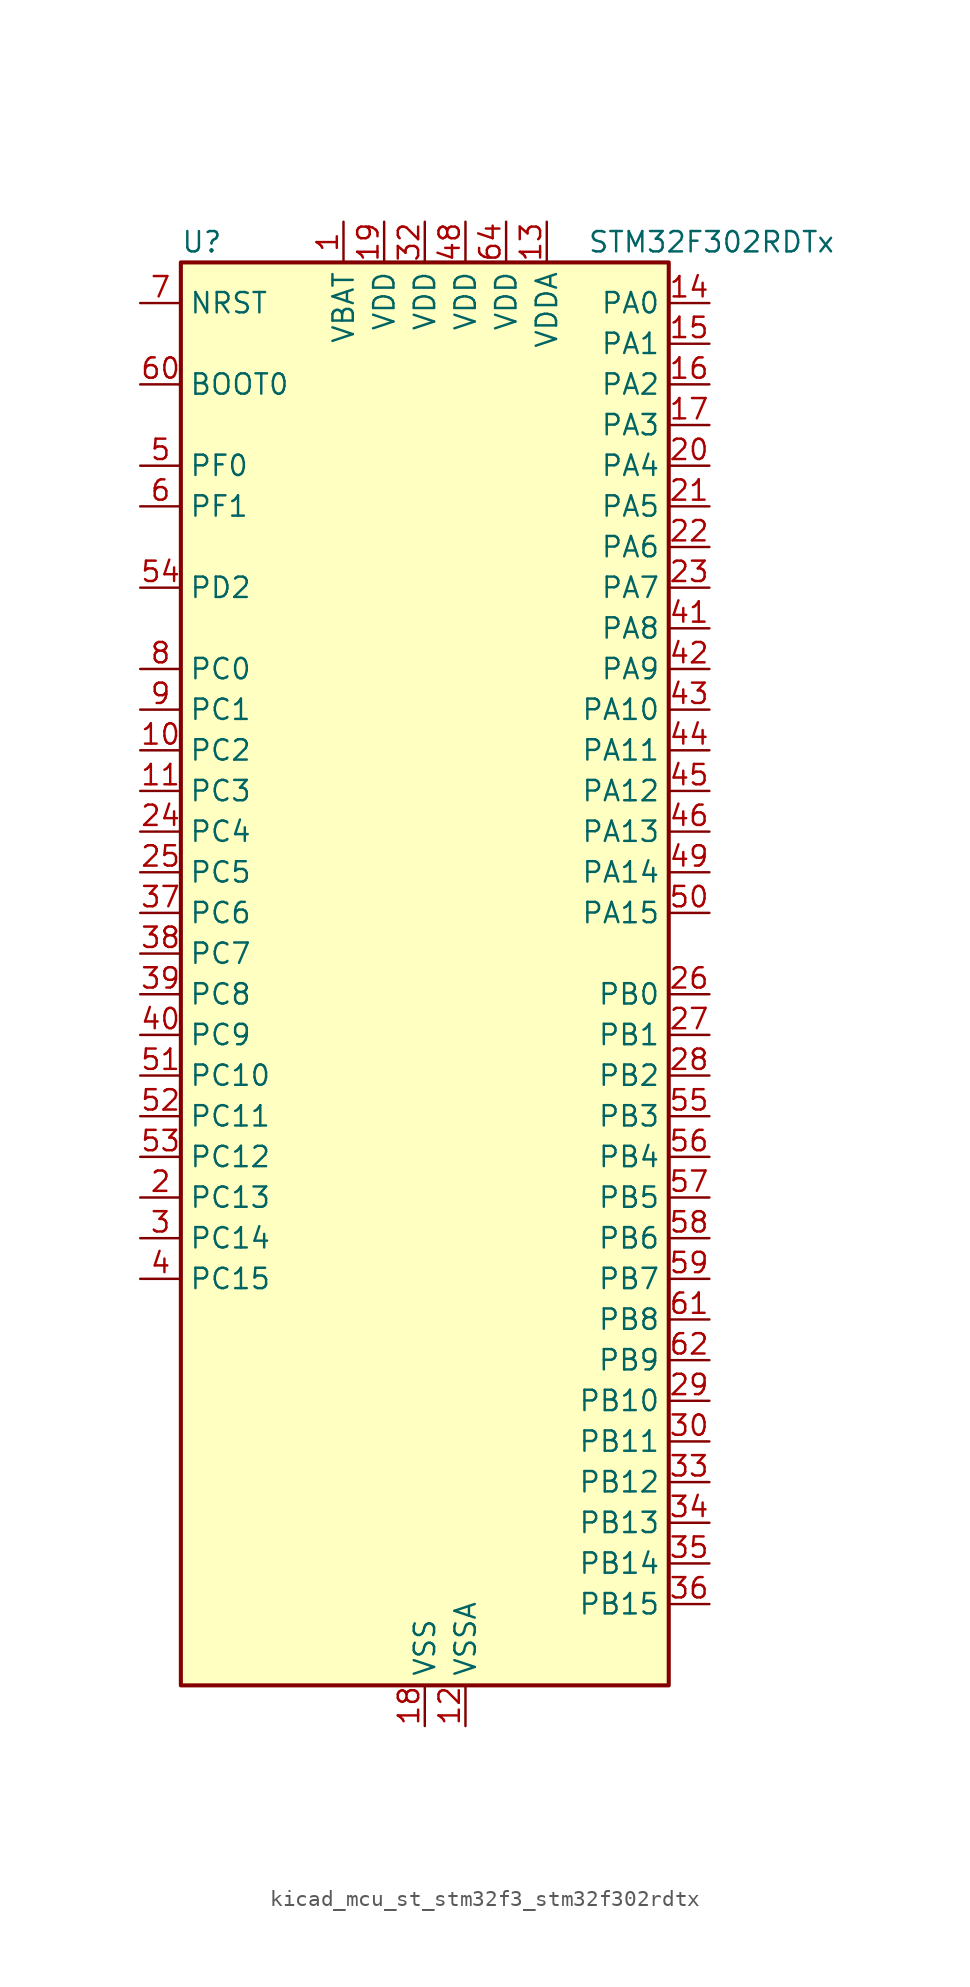
<source format=kicad_sym>
(kicad_symbol_lib
  (version 20220914)
  (generator kicad_symbol_editor)
  (symbol "kicad_mcu_st_stm32f3_stm32f302rdtx"
    (property "Reference" "U"
      (at -15.24 46.99 0)
      (effects (font (size 1.27 1.27)) (justify left)))
    (property "Value" "STM32F302RDTx"
      (at 10.16 46.99 0)
      (effects (font (size 1.27 1.27)) (justify left)))
    (property "ki_locked" ""
      (at 0 0 0)
      (effects (font (size 1.27 1.27))))
    (symbol "kicad_mcu_st_stm32f3_stm32f302rdtx_0_1"
      (rectangle (start -15.24 -43.18) (end 15.24 45.72) (stroke (width 0.254) (type default)) (fill (type background))))
    (symbol "kicad_mcu_st_stm32f3_stm32f302rdtx_1_1"
      (pin power_in line (at -5.08 48.26 270) (length 2.54) (name "VBAT" (effects (font (size 1.27 1.27)))) (number "1" (effects (font (size 1.27 1.27)))))
      (pin bidirectional line (at -17.78 15.24 0) (length 2.54) (name "PC2" (effects (font (size 1.27 1.27)))) (number "10" (effects (font (size 1.27 1.27)))) (alternate "ADC1_IN8" bidirectional line) (alternate "ADC2_IN8" bidirectional line) (alternate "TIM1_CH3" bidirectional line))
      (pin bidirectional line (at -17.78 12.7 0) (length 2.54) (name "PC3" (effects (font (size 1.27 1.27)))) (number "11" (effects (font (size 1.27 1.27)))) (alternate "ADC1_IN9" bidirectional line) (alternate "ADC2_IN9" bidirectional line) (alternate "TIM1_BKIN2" bidirectional line) (alternate "TIM1_CH4" bidirectional line))
      (pin power_in line (at 2.54 -45.72 90) (length 2.54) (name "VSSA" (effects (font (size 1.27 1.27)))) (number "12" (effects (font (size 1.27 1.27)))))
      (pin power_in line (at 7.62 48.26 270) (length 2.54) (name "VDDA" (effects (font (size 1.27 1.27)))) (number "13" (effects (font (size 1.27 1.27)))))
      (pin bidirectional line (at 17.78 43.18 180) (length 2.54) (name "PA0" (effects (font (size 1.27 1.27)))) (number "14" (effects (font (size 1.27 1.27)))) (alternate "ADC1_IN1" bidirectional line) (alternate "COMP1_INM" bidirectional line) (alternate "COMP1_OUT" bidirectional line) (alternate "RTC_TAMP2" bidirectional line) (alternate "SYS_WKUP1" bidirectional line) (alternate "TIM2_CH1" bidirectional line) (alternate "TIM2_ETR" bidirectional line) (alternate "TSC_G1_IO1" bidirectional line) (alternate "USART2_CTS" bidirectional line))
      (pin bidirectional line (at 17.78 40.64 180) (length 2.54) (name "PA1" (effects (font (size 1.27 1.27)))) (number "15" (effects (font (size 1.27 1.27)))) (alternate "ADC1_IN2" bidirectional line) (alternate "COMP1_INP" bidirectional line) (alternate "OPAMP1_VINP" bidirectional line) (alternate "OPAMP1_VINP_SEC" bidirectional line) (alternate "RTC_REFIN" bidirectional line) (alternate "TIM15_CH1N" bidirectional line) (alternate "TIM2_CH2" bidirectional line) (alternate "TSC_G1_IO2" bidirectional line) (alternate "USART2_DE" bidirectional line) (alternate "USART2_RTS" bidirectional line))
      (pin bidirectional line (at 17.78 38.1 180) (length 2.54) (name "PA2" (effects (font (size 1.27 1.27)))) (number "16" (effects (font (size 1.27 1.27)))) (alternate "ADC1_IN3" bidirectional line) (alternate "COMP2_INM" bidirectional line) (alternate "COMP2_OUT" bidirectional line) (alternate "OPAMP1_VOUT" bidirectional line) (alternate "TIM15_CH1" bidirectional line) (alternate "TIM2_CH3" bidirectional line) (alternate "TSC_G1_IO3" bidirectional line) (alternate "USART2_TX" bidirectional line))
      (pin bidirectional line (at 17.78 35.56 180) (length 2.54) (name "PA3" (effects (font (size 1.27 1.27)))) (number "17" (effects (font (size 1.27 1.27)))) (alternate "ADC1_IN4" bidirectional line) (alternate "OPAMP1_VINM" bidirectional line) (alternate "OPAMP1_VINM_SEC" bidirectional line) (alternate "OPAMP1_VINP" bidirectional line) (alternate "OPAMP1_VINP_SEC" bidirectional line) (alternate "TIM15_CH2" bidirectional line) (alternate "TIM2_CH4" bidirectional line) (alternate "TSC_G1_IO4" bidirectional line) (alternate "USART2_RX" bidirectional line))
      (pin power_in line (at 0 -45.72 90) (length 2.54) (name "VSS" (effects (font (size 1.27 1.27)))) (number "18" (effects (font (size 1.27 1.27)))))
      (pin power_in line (at -2.54 48.26 270) (length 2.54) (name "VDD" (effects (font (size 1.27 1.27)))) (number "19" (effects (font (size 1.27 1.27)))))
      (pin bidirectional line (at -17.78 -12.7 0) (length 2.54) (name "PC13" (effects (font (size 1.27 1.27)))) (number "2" (effects (font (size 1.27 1.27)))) (alternate "RTC_OUT_ALARM" bidirectional line) (alternate "RTC_OUT_CALIB" bidirectional line) (alternate "RTC_TAMP1" bidirectional line) (alternate "RTC_TS" bidirectional line) (alternate "SYS_WKUP2" bidirectional line) (alternate "TIM1_CH1N" bidirectional line))
      (pin bidirectional line (at 17.78 33.02 180) (length 2.54) (name "PA4" (effects (font (size 1.27 1.27)))) (number "20" (effects (font (size 1.27 1.27)))) (alternate "ADC2_IN1" bidirectional line) (alternate "COMP1_INM" bidirectional line) (alternate "COMP2_INM" bidirectional line) (alternate "COMP4_INM" bidirectional line) (alternate "COMP6_INM" bidirectional line) (alternate "DAC1_OUT1" bidirectional line) (alternate "I2S3_WS" bidirectional line) (alternate "SPI1_NSS" bidirectional line) (alternate "SPI3_NSS" bidirectional line) (alternate "TIM3_CH2" bidirectional line) (alternate "TSC_G2_IO1" bidirectional line) (alternate "USART2_CK" bidirectional line))
      (pin bidirectional line (at 17.78 30.48 180) (length 2.54) (name "PA5" (effects (font (size 1.27 1.27)))) (number "21" (effects (font (size 1.27 1.27)))) (alternate "ADC2_IN2" bidirectional line) (alternate "COMP1_INM" bidirectional line) (alternate "COMP2_INM" bidirectional line) (alternate "COMP4_INM" bidirectional line) (alternate "COMP6_INM" bidirectional line) (alternate "OPAMP1_VINP" bidirectional line) (alternate "OPAMP1_VINP_SEC" bidirectional line) (alternate "OPAMP2_VINM" bidirectional line) (alternate "OPAMP2_VINM_SEC" bidirectional line) (alternate "SPI1_SCK" bidirectional line) (alternate "TIM2_CH1" bidirectional line) (alternate "TIM2_ETR" bidirectional line) (alternate "TSC_G2_IO2" bidirectional line))
      (pin bidirectional line (at 17.78 27.94 180) (length 2.54) (name "PA6" (effects (font (size 1.27 1.27)))) (number "22" (effects (font (size 1.27 1.27)))) (alternate "ADC2_IN3" bidirectional line) (alternate "COMP1_OUT" bidirectional line) (alternate "OPAMP2_VOUT" bidirectional line) (alternate "SPI1_MISO" bidirectional line) (alternate "TIM16_CH1" bidirectional line) (alternate "TIM1_BKIN" bidirectional line) (alternate "TIM3_CH1" bidirectional line) (alternate "TSC_G2_IO3" bidirectional line))
      (pin bidirectional line (at 17.78 25.4 180) (length 2.54) (name "PA7" (effects (font (size 1.27 1.27)))) (number "23" (effects (font (size 1.27 1.27)))) (alternate "ADC2_IN4" bidirectional line) (alternate "COMP2_INP" bidirectional line) (alternate "OPAMP1_VINP" bidirectional line) (alternate "OPAMP1_VINP_SEC" bidirectional line) (alternate "OPAMP2_VINP" bidirectional line) (alternate "OPAMP2_VINP_SEC" bidirectional line) (alternate "SPI1_MOSI" bidirectional line) (alternate "TIM17_CH1" bidirectional line) (alternate "TIM1_CH1N" bidirectional line) (alternate "TIM3_CH2" bidirectional line) (alternate "TSC_G2_IO4" bidirectional line))
      (pin bidirectional line (at -17.78 10.16 0) (length 2.54) (name "PC4" (effects (font (size 1.27 1.27)))) (number "24" (effects (font (size 1.27 1.27)))) (alternate "ADC2_IN5" bidirectional line) (alternate "TIM1_ETR" bidirectional line) (alternate "USART1_TX" bidirectional line))
      (pin bidirectional line (at -17.78 7.62 0) (length 2.54) (name "PC5" (effects (font (size 1.27 1.27)))) (number "25" (effects (font (size 1.27 1.27)))) (alternate "ADC2_IN11" bidirectional line) (alternate "OPAMP1_VINM" bidirectional line) (alternate "OPAMP1_VINM_SEC" bidirectional line) (alternate "OPAMP2_VINM" bidirectional line) (alternate "OPAMP2_VINM_SEC" bidirectional line) (alternate "TIM15_BKIN" bidirectional line) (alternate "TSC_G3_IO1" bidirectional line) (alternate "USART1_RX" bidirectional line))
      (pin bidirectional line (at 17.78 0 180) (length 2.54) (name "PB0" (effects (font (size 1.27 1.27)))) (number "26" (effects (font (size 1.27 1.27)))) (alternate "COMP4_INP" bidirectional line) (alternate "OPAMP2_VINP" bidirectional line) (alternate "OPAMP2_VINP_SEC" bidirectional line) (alternate "TIM1_CH2N" bidirectional line) (alternate "TIM3_CH3" bidirectional line) (alternate "TSC_G3_IO2" bidirectional line))
      (pin bidirectional line (at 17.78 -2.54 180) (length 2.54) (name "PB1" (effects (font (size 1.27 1.27)))) (number "27" (effects (font (size 1.27 1.27)))) (alternate "COMP4_OUT" bidirectional line) (alternate "TIM1_CH3N" bidirectional line) (alternate "TIM3_CH4" bidirectional line) (alternate "TSC_G3_IO3" bidirectional line))
      (pin bidirectional line (at 17.78 -5.08 180) (length 2.54) (name "PB2" (effects (font (size 1.27 1.27)))) (number "28" (effects (font (size 1.27 1.27)))) (alternate "ADC2_IN12" bidirectional line) (alternate "COMP4_INM" bidirectional line) (alternate "TSC_G3_IO4" bidirectional line))
      (pin bidirectional line (at 17.78 -25.4 180) (length 2.54) (name "PB10" (effects (font (size 1.27 1.27)))) (number "29" (effects (font (size 1.27 1.27)))) (alternate "TIM2_CH3" bidirectional line) (alternate "TSC_SYNC" bidirectional line) (alternate "USART3_TX" bidirectional line))
      (pin bidirectional line (at -17.78 -15.24 0) (length 2.54) (name "PC14" (effects (font (size 1.27 1.27)))) (number "3" (effects (font (size 1.27 1.27)))) (alternate "RCC_OSC32_IN" bidirectional line))
      (pin bidirectional line (at 17.78 -27.94 180) (length 2.54) (name "PB11" (effects (font (size 1.27 1.27)))) (number "30" (effects (font (size 1.27 1.27)))) (alternate "ADC1_EXTI11" bidirectional line) (alternate "ADC1_IN14" bidirectional line) (alternate "ADC2_EXTI11" bidirectional line) (alternate "ADC2_IN14" bidirectional line) (alternate "COMP6_INP" bidirectional line) (alternate "TIM2_CH4" bidirectional line) (alternate "TSC_G6_IO1" bidirectional line) (alternate "USART3_RX" bidirectional line))
      (pin passive line (at 0 -45.72 90) (length 2.54) hide (name "VSS" (effects (font (size 1.27 1.27)))) (number "31" (effects (font (size 1.27 1.27)))))
      (pin power_in line (at 0 48.26 270) (length 2.54) (name "VDD" (effects (font (size 1.27 1.27)))) (number "32" (effects (font (size 1.27 1.27)))))
      (pin bidirectional line (at 17.78 -30.48 180) (length 2.54) (name "PB12" (effects (font (size 1.27 1.27)))) (number "33" (effects (font (size 1.27 1.27)))) (alternate "I2C2_SMBA" bidirectional line) (alternate "I2S2_WS" bidirectional line) (alternate "SPI2_NSS" bidirectional line) (alternate "TIM1_BKIN" bidirectional line) (alternate "TSC_G6_IO2" bidirectional line) (alternate "USART3_CK" bidirectional line))
      (pin bidirectional line (at 17.78 -33.02 180) (length 2.54) (name "PB13" (effects (font (size 1.27 1.27)))) (number "34" (effects (font (size 1.27 1.27)))) (alternate "I2S2_CK" bidirectional line) (alternate "SPI2_SCK" bidirectional line) (alternate "TIM1_CH1N" bidirectional line) (alternate "TSC_G6_IO3" bidirectional line) (alternate "USART3_CTS" bidirectional line))
      (pin bidirectional line (at 17.78 -35.56 180) (length 2.54) (name "PB14" (effects (font (size 1.27 1.27)))) (number "35" (effects (font (size 1.27 1.27)))) (alternate "I2S2_ext_SD" bidirectional line) (alternate "OPAMP2_VINP" bidirectional line) (alternate "OPAMP2_VINP_SEC" bidirectional line) (alternate "SPI2_MISO" bidirectional line) (alternate "TIM15_CH1" bidirectional line) (alternate "TIM1_CH2N" bidirectional line) (alternate "TSC_G6_IO4" bidirectional line) (alternate "USART3_DE" bidirectional line) (alternate "USART3_RTS" bidirectional line))
      (pin bidirectional line (at 17.78 -38.1 180) (length 2.54) (name "PB15" (effects (font (size 1.27 1.27)))) (number "36" (effects (font (size 1.27 1.27)))) (alternate "ADC1_EXTI15" bidirectional line) (alternate "ADC2_EXTI15" bidirectional line) (alternate "COMP6_INM" bidirectional line) (alternate "I2S2_SD" bidirectional line) (alternate "RTC_REFIN" bidirectional line) (alternate "SPI2_MOSI" bidirectional line) (alternate "TIM15_CH1N" bidirectional line) (alternate "TIM15_CH2" bidirectional line) (alternate "TIM1_CH3N" bidirectional line))
      (pin bidirectional line (at -17.78 5.08 0) (length 2.54) (name "PC6" (effects (font (size 1.27 1.27)))) (number "37" (effects (font (size 1.27 1.27)))) (alternate "COMP6_OUT" bidirectional line) (alternate "I2S2_MCK" bidirectional line) (alternate "TIM3_CH1" bidirectional line))
      (pin bidirectional line (at -17.78 2.54 0) (length 2.54) (name "PC7" (effects (font (size 1.27 1.27)))) (number "38" (effects (font (size 1.27 1.27)))) (alternate "I2S3_MCK" bidirectional line) (alternate "TIM3_CH2" bidirectional line))
      (pin bidirectional line (at -17.78 0 0) (length 2.54) (name "PC8" (effects (font (size 1.27 1.27)))) (number "39" (effects (font (size 1.27 1.27)))) (alternate "TIM3_CH3" bidirectional line))
      (pin bidirectional line (at -17.78 -17.78 0) (length 2.54) (name "PC15" (effects (font (size 1.27 1.27)))) (number "4" (effects (font (size 1.27 1.27)))) (alternate "ADC1_EXTI15" bidirectional line) (alternate "ADC2_EXTI15" bidirectional line) (alternate "RCC_OSC32_OUT" bidirectional line))
      (pin bidirectional line (at -17.78 -2.54 0) (length 2.54) (name "PC9" (effects (font (size 1.27 1.27)))) (number "40" (effects (font (size 1.27 1.27)))) (alternate "DAC1_EXTI9" bidirectional line) (alternate "I2C3_SDA" bidirectional line) (alternate "I2S_CKIN" bidirectional line) (alternate "TIM3_CH4" bidirectional line))
      (pin bidirectional line (at 17.78 22.86 180) (length 2.54) (name "PA8" (effects (font (size 1.27 1.27)))) (number "41" (effects (font (size 1.27 1.27)))) (alternate "I2C2_SMBA" bidirectional line) (alternate "I2C3_SCL" bidirectional line) (alternate "I2S2_MCK" bidirectional line) (alternate "RCC_MCO" bidirectional line) (alternate "TIM1_CH1" bidirectional line) (alternate "TIM4_ETR" bidirectional line) (alternate "USART1_CK" bidirectional line))
      (pin bidirectional line (at 17.78 20.32 180) (length 2.54) (name "PA9" (effects (font (size 1.27 1.27)))) (number "42" (effects (font (size 1.27 1.27)))) (alternate "DAC1_EXTI9" bidirectional line) (alternate "I2C2_SCL" bidirectional line) (alternate "I2C3_SMBA" bidirectional line) (alternate "I2S3_MCK" bidirectional line) (alternate "TIM15_BKIN" bidirectional line) (alternate "TIM1_CH2" bidirectional line) (alternate "TIM2_CH3" bidirectional line) (alternate "TSC_G4_IO1" bidirectional line) (alternate "USART1_TX" bidirectional line))
      (pin bidirectional line (at 17.78 17.78 180) (length 2.54) (name "PA10" (effects (font (size 1.27 1.27)))) (number "43" (effects (font (size 1.27 1.27)))) (alternate "COMP6_OUT" bidirectional line) (alternate "I2C2_SDA" bidirectional line) (alternate "I2S2_ext_SD" bidirectional line) (alternate "SPI2_MISO" bidirectional line) (alternate "TIM17_BKIN" bidirectional line) (alternate "TIM1_CH3" bidirectional line) (alternate "TIM2_CH4" bidirectional line) (alternate "TSC_G4_IO2" bidirectional line) (alternate "USART1_RX" bidirectional line))
      (pin bidirectional line (at 17.78 15.24 180) (length 2.54) (name "PA11" (effects (font (size 1.27 1.27)))) (number "44" (effects (font (size 1.27 1.27)))) (alternate "ADC1_EXTI11" bidirectional line) (alternate "ADC2_EXTI11" bidirectional line) (alternate "CAN_RX" bidirectional line) (alternate "COMP1_OUT" bidirectional line) (alternate "I2S2_SD" bidirectional line) (alternate "SPI2_MOSI" bidirectional line) (alternate "TIM1_BKIN2" bidirectional line) (alternate "TIM1_CH1N" bidirectional line) (alternate "TIM1_CH4" bidirectional line) (alternate "TIM4_CH1" bidirectional line) (alternate "USART1_CTS" bidirectional line) (alternate "USB_DM" bidirectional line))
      (pin bidirectional line (at 17.78 12.7 180) (length 2.54) (name "PA12" (effects (font (size 1.27 1.27)))) (number "45" (effects (font (size 1.27 1.27)))) (alternate "CAN_TX" bidirectional line) (alternate "COMP2_OUT" bidirectional line) (alternate "I2S_CKIN" bidirectional line) (alternate "TIM16_CH1" bidirectional line) (alternate "TIM1_CH2N" bidirectional line) (alternate "TIM1_ETR" bidirectional line) (alternate "TIM4_CH2" bidirectional line) (alternate "USART1_DE" bidirectional line) (alternate "USART1_RTS" bidirectional line) (alternate "USB_DP" bidirectional line))
      (pin bidirectional line (at 17.78 10.16 180) (length 2.54) (name "PA13" (effects (font (size 1.27 1.27)))) (number "46" (effects (font (size 1.27 1.27)))) (alternate "IR_OUT" bidirectional line) (alternate "SYS_JTMS-SWDIO" bidirectional line) (alternate "TIM16_CH1N" bidirectional line) (alternate "TIM4_CH3" bidirectional line) (alternate "TSC_G4_IO3" bidirectional line) (alternate "USART3_CTS" bidirectional line))
      (pin passive line (at 0 -45.72 90) (length 2.54) hide (name "VSS" (effects (font (size 1.27 1.27)))) (number "47" (effects (font (size 1.27 1.27)))))
      (pin power_in line (at 2.54 48.26 270) (length 2.54) (name "VDD" (effects (font (size 1.27 1.27)))) (number "48" (effects (font (size 1.27 1.27)))))
      (pin bidirectional line (at 17.78 7.62 180) (length 2.54) (name "PA14" (effects (font (size 1.27 1.27)))) (number "49" (effects (font (size 1.27 1.27)))) (alternate "I2C1_SDA" bidirectional line) (alternate "SYS_JTCK-SWCLK" bidirectional line) (alternate "TIM1_BKIN" bidirectional line) (alternate "TSC_G4_IO4" bidirectional line) (alternate "USART2_TX" bidirectional line))
      (pin bidirectional line (at -17.78 33.02 0) (length 2.54) (name "PF0" (effects (font (size 1.27 1.27)))) (number "5" (effects (font (size 1.27 1.27)))) (alternate "I2C2_SDA" bidirectional line) (alternate "I2S2_WS" bidirectional line) (alternate "RCC_OSC_IN" bidirectional line) (alternate "SPI2_NSS" bidirectional line) (alternate "TIM1_CH3N" bidirectional line))
      (pin bidirectional line (at 17.78 5.08 180) (length 2.54) (name "PA15" (effects (font (size 1.27 1.27)))) (number "50" (effects (font (size 1.27 1.27)))) (alternate "ADC1_EXTI15" bidirectional line) (alternate "ADC2_EXTI15" bidirectional line) (alternate "I2C1_SCL" bidirectional line) (alternate "I2S3_WS" bidirectional line) (alternate "SPI1_NSS" bidirectional line) (alternate "SPI3_NSS" bidirectional line) (alternate "SYS_JTDI" bidirectional line) (alternate "TIM1_BKIN" bidirectional line) (alternate "TIM2_CH1" bidirectional line) (alternate "TIM2_ETR" bidirectional line) (alternate "TSC_SYNC" bidirectional line) (alternate "USART2_RX" bidirectional line))
      (pin bidirectional line (at -17.78 -5.08 0) (length 2.54) (name "PC10" (effects (font (size 1.27 1.27)))) (number "51" (effects (font (size 1.27 1.27)))) (alternate "I2S3_CK" bidirectional line) (alternate "SPI3_SCK" bidirectional line) (alternate "UART4_TX" bidirectional line) (alternate "USART3_TX" bidirectional line))
      (pin bidirectional line (at -17.78 -7.62 0) (length 2.54) (name "PC11" (effects (font (size 1.27 1.27)))) (number "52" (effects (font (size 1.27 1.27)))) (alternate "ADC1_EXTI11" bidirectional line) (alternate "ADC2_EXTI11" bidirectional line) (alternate "I2S3_ext_SD" bidirectional line) (alternate "SPI3_MISO" bidirectional line) (alternate "UART4_RX" bidirectional line) (alternate "USART3_RX" bidirectional line))
      (pin bidirectional line (at -17.78 -10.16 0) (length 2.54) (name "PC12" (effects (font (size 1.27 1.27)))) (number "53" (effects (font (size 1.27 1.27)))) (alternate "I2S3_SD" bidirectional line) (alternate "SPI3_MOSI" bidirectional line) (alternate "UART5_TX" bidirectional line) (alternate "USART3_CK" bidirectional line))
      (pin bidirectional line (at -17.78 25.4 0) (length 2.54) (name "PD2" (effects (font (size 1.27 1.27)))) (number "54" (effects (font (size 1.27 1.27)))) (alternate "TIM3_ETR" bidirectional line) (alternate "UART5_RX" bidirectional line))
      (pin bidirectional line (at 17.78 -7.62 180) (length 2.54) (name "PB3" (effects (font (size 1.27 1.27)))) (number "55" (effects (font (size 1.27 1.27)))) (alternate "I2S3_CK" bidirectional line) (alternate "SPI1_SCK" bidirectional line) (alternate "SPI3_SCK" bidirectional line) (alternate "SYS_JTDO-TRACESWO" bidirectional line) (alternate "TIM2_CH2" bidirectional line) (alternate "TIM3_ETR" bidirectional line) (alternate "TIM4_ETR" bidirectional line) (alternate "TSC_G5_IO1" bidirectional line) (alternate "USART2_TX" bidirectional line))
      (pin bidirectional line (at 17.78 -10.16 180) (length 2.54) (name "PB4" (effects (font (size 1.27 1.27)))) (number "56" (effects (font (size 1.27 1.27)))) (alternate "I2S3_ext_SD" bidirectional line) (alternate "SPI1_MISO" bidirectional line) (alternate "SPI3_MISO" bidirectional line) (alternate "SYS_NJTRST" bidirectional line) (alternate "TIM16_CH1" bidirectional line) (alternate "TIM17_BKIN" bidirectional line) (alternate "TIM3_CH1" bidirectional line) (alternate "TSC_G5_IO2" bidirectional line) (alternate "USART2_RX" bidirectional line))
      (pin bidirectional line (at 17.78 -12.7 180) (length 2.54) (name "PB5" (effects (font (size 1.27 1.27)))) (number "57" (effects (font (size 1.27 1.27)))) (alternate "I2C1_SMBA" bidirectional line) (alternate "I2C3_SDA" bidirectional line) (alternate "I2S3_SD" bidirectional line) (alternate "SPI1_MOSI" bidirectional line) (alternate "SPI3_MOSI" bidirectional line) (alternate "TIM16_BKIN" bidirectional line) (alternate "TIM17_CH1" bidirectional line) (alternate "TIM3_CH2" bidirectional line) (alternate "USART2_CK" bidirectional line))
      (pin bidirectional line (at 17.78 -15.24 180) (length 2.54) (name "PB6" (effects (font (size 1.27 1.27)))) (number "58" (effects (font (size 1.27 1.27)))) (alternate "I2C1_SCL" bidirectional line) (alternate "TIM16_CH1N" bidirectional line) (alternate "TIM4_CH1" bidirectional line) (alternate "TSC_G5_IO3" bidirectional line) (alternate "USART1_TX" bidirectional line))
      (pin bidirectional line (at 17.78 -17.78 180) (length 2.54) (name "PB7" (effects (font (size 1.27 1.27)))) (number "59" (effects (font (size 1.27 1.27)))) (alternate "I2C1_SDA" bidirectional line) (alternate "TIM17_CH1N" bidirectional line) (alternate "TIM3_CH4" bidirectional line) (alternate "TIM4_CH2" bidirectional line) (alternate "TSC_G5_IO4" bidirectional line) (alternate "USART1_RX" bidirectional line))
      (pin bidirectional line (at -17.78 30.48 0) (length 2.54) (name "PF1" (effects (font (size 1.27 1.27)))) (number "6" (effects (font (size 1.27 1.27)))) (alternate "I2C2_SCL" bidirectional line) (alternate "I2S2_CK" bidirectional line) (alternate "RCC_OSC_OUT" bidirectional line) (alternate "SPI2_SCK" bidirectional line))
      (pin input line (at -17.78 38.1 0) (length 2.54) (name "BOOT0" (effects (font (size 1.27 1.27)))) (number "60" (effects (font (size 1.27 1.27)))))
      (pin bidirectional line (at 17.78 -20.32 180) (length 2.54) (name "PB8" (effects (font (size 1.27 1.27)))) (number "61" (effects (font (size 1.27 1.27)))) (alternate "CAN_RX" bidirectional line) (alternate "COMP1_OUT" bidirectional line) (alternate "I2C1_SCL" bidirectional line) (alternate "TIM16_CH1" bidirectional line) (alternate "TIM1_BKIN" bidirectional line) (alternate "TIM4_CH3" bidirectional line) (alternate "TSC_SYNC" bidirectional line) (alternate "USART3_RX" bidirectional line))
      (pin bidirectional line (at 17.78 -22.86 180) (length 2.54) (name "PB9" (effects (font (size 1.27 1.27)))) (number "62" (effects (font (size 1.27 1.27)))) (alternate "CAN_TX" bidirectional line) (alternate "COMP2_OUT" bidirectional line) (alternate "DAC1_EXTI9" bidirectional line) (alternate "I2C1_SDA" bidirectional line) (alternate "IR_OUT" bidirectional line) (alternate "TIM17_CH1" bidirectional line) (alternate "TIM4_CH4" bidirectional line) (alternate "USART3_TX" bidirectional line))
      (pin passive line (at 0 -45.72 90) (length 2.54) hide (name "VSS" (effects (font (size 1.27 1.27)))) (number "63" (effects (font (size 1.27 1.27)))))
      (pin power_in line (at 5.08 48.26 270) (length 2.54) (name "VDD" (effects (font (size 1.27 1.27)))) (number "64" (effects (font (size 1.27 1.27)))))
      (pin input line (at -17.78 43.18 0) (length 2.54) (name "NRST" (effects (font (size 1.27 1.27)))) (number "7" (effects (font (size 1.27 1.27)))))
      (pin bidirectional line (at -17.78 20.32 0) (length 2.54) (name "PC0" (effects (font (size 1.27 1.27)))) (number "8" (effects (font (size 1.27 1.27)))) (alternate "ADC1_IN6" bidirectional line) (alternate "ADC2_IN6" bidirectional line) (alternate "TIM1_CH1" bidirectional line))
      (pin bidirectional line (at -17.78 17.78 0) (length 2.54) (name "PC1" (effects (font (size 1.27 1.27)))) (number "9" (effects (font (size 1.27 1.27)))) (alternate "ADC1_IN7" bidirectional line) (alternate "ADC2_IN7" bidirectional line) (alternate "TIM1_CH2" bidirectional line)))))
</source>
